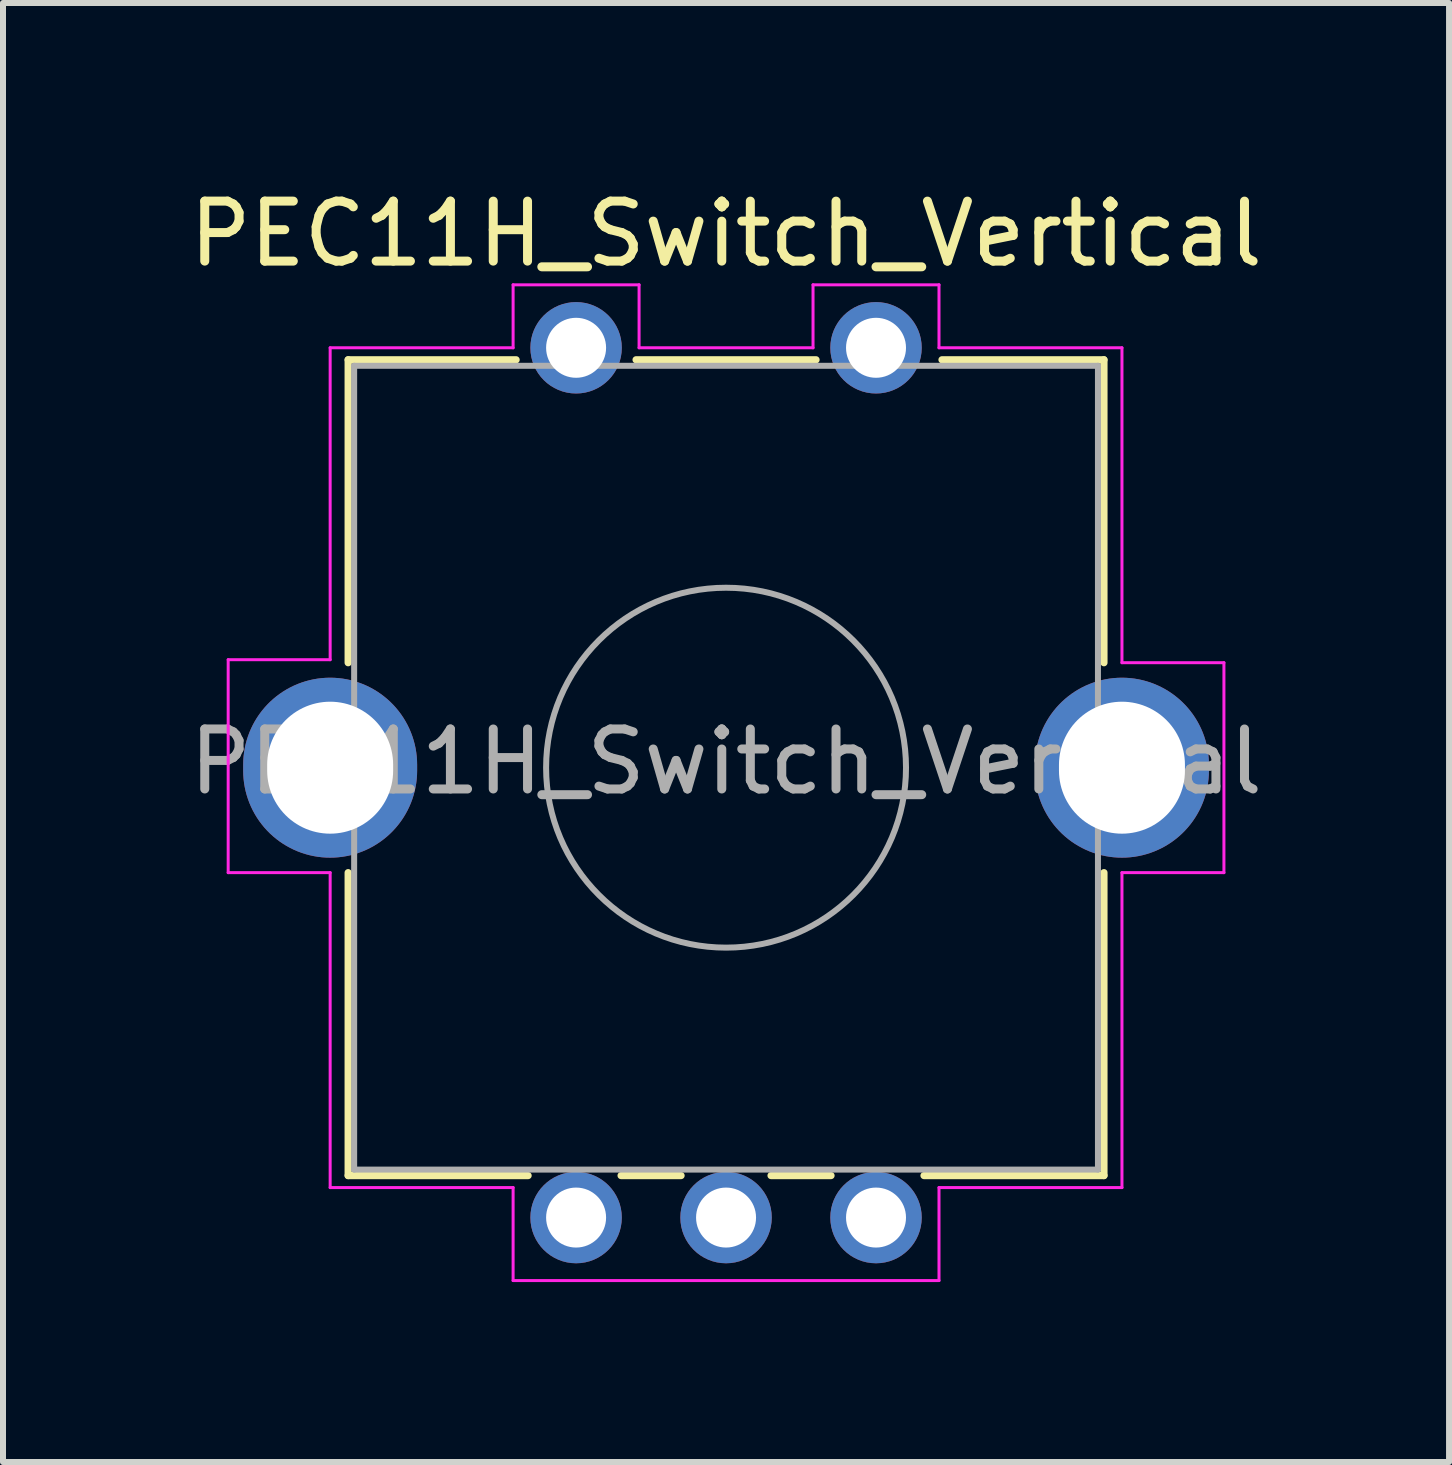
<source format=kicad_pcb>
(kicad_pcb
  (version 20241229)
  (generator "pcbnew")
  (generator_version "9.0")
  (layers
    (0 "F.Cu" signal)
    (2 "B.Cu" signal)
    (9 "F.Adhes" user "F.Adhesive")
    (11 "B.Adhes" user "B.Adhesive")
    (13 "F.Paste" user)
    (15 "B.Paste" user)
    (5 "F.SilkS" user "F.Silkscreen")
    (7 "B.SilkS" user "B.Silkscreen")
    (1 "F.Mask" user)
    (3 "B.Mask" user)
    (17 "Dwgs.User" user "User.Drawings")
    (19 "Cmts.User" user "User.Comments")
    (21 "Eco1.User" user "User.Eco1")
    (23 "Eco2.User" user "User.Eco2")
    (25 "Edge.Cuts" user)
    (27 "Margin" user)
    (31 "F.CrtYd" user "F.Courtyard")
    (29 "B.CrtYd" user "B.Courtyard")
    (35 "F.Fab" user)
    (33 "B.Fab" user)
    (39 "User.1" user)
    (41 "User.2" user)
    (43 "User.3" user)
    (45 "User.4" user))
  (footprint "PEC11H_Switch_Vertical"
    (layer "F.Cu")
    (at 9.054 9.748)
    (property "Reference" "PEC11H_Switch_Vertical" (at 0 -8.9 180) (layer "F.SilkS") (effects (font (size 1 1) (thickness 0.15))))
    (attr through_hole)
    (fp_line (start -6.3 -6.8) (end -3.5 -6.8) (stroke (width 0.12) (type solid)) (layer "F.SilkS"))
    (fp_line (start -6.3 -1.75) (end -6.3 -6.8) (stroke (width 0.12) (type solid)) (layer "F.SilkS"))
    (fp_line (start -6.3 6.8) (end -6.3 1.75) (stroke (width 0.12) (type solid)) (layer "F.SilkS"))
    (fp_line (start -3.3 6.8) (end -6.3 6.8) (stroke (width 0.12) (type solid)) (layer "F.SilkS"))
    (fp_line (start -1.75 6.8) (end -0.75 6.8) (stroke (width 0.12) (type solid)) (layer "F.SilkS"))
    (fp_line (start -1.5 -6.8) (end 1.5 -6.8) (stroke (width 0.12) (type solid)) (layer "F.SilkS"))
    (fp_line (start 0.75 6.8) (end 1.75 6.8) (stroke (width 0.12) (type solid)) (layer "F.SilkS"))
    (fp_line (start 3.3 6.8) (end 6.3 6.8) (stroke (width 0.12) (type solid)) (layer "F.SilkS"))
    (fp_line (start 3.6 -6.8) (end 6.3 -6.8) (stroke (width 0.12) (type solid)) (layer "F.SilkS"))
    (fp_line (start 6.3 -6.8) (end 6.3 -1.75) (stroke (width 0.12) (type solid)) (layer "F.SilkS"))
    (fp_line (start 6.3 1.75) (end 6.3 6.8) (stroke (width 0.12) (type solid)) (layer "F.SilkS"))
    (fp_line (start -8.3 -1.8) (end -6.6 -1.8) (stroke (width 0.05) (type solid)) (layer "F.CrtYd"))
    (fp_line (start -8.3 1.75) (end -8.3 -1.8) (stroke (width 0.05) (type solid)) (layer "F.CrtYd"))
    (fp_line (start -6.6 -7) (end -3.55 -7) (stroke (width 0.05) (type solid)) (layer "F.CrtYd"))
    (fp_line (start -6.6 -1.8) (end -6.6 -7) (stroke (width 0.05) (type solid)) (layer "F.CrtYd"))
    (fp_line (start -6.6 1.75) (end -8.3 1.75) (stroke (width 0.05) (type solid)) (layer "F.CrtYd"))
    (fp_line (start -6.6 7) (end -6.6 1.75) (stroke (width 0.05) (type solid)) (layer "F.CrtYd"))
    (fp_line (start -3.55 -8.05) (end -1.45 -8.05) (stroke (width 0.05) (type solid)) (layer "F.CrtYd"))
    (fp_line (start -3.55 -7) (end -3.55 -8.05) (stroke (width 0.05) (type solid)) (layer "F.CrtYd"))
    (fp_line (start -3.55 7) (end -6.6 7) (stroke (width 0.05) (type solid)) (layer "F.CrtYd"))
    (fp_line (start -3.55 8.55) (end -3.55 7) (stroke (width 0.05) (type solid)) (layer "F.CrtYd"))
    (fp_line (start -1.45 -8.05) (end -1.45 -7) (stroke (width 0.05) (type solid)) (layer "F.CrtYd"))
    (fp_line (start -1.45 -7) (end 1.45 -7) (stroke (width 0.05) (type solid)) (layer "F.CrtYd"))
    (fp_line (start 1.45 -8.05) (end 3.55 -8.05) (stroke (width 0.05) (type solid)) (layer "F.CrtYd"))
    (fp_line (start 1.45 -7) (end 1.45 -8.05) (stroke (width 0.05) (type solid)) (layer "F.CrtYd"))
    (fp_line (start 3.55 -8.05) (end 3.55 -7) (stroke (width 0.05) (type solid)) (layer "F.CrtYd"))
    (fp_line (start 3.55 -7) (end 6.6 -7) (stroke (width 0.05) (type solid)) (layer "F.CrtYd"))
    (fp_line (start 3.55 7) (end 3.55 8.55) (stroke (width 0.05) (type solid)) (layer "F.CrtYd"))
    (fp_line (start 3.55 8.55) (end -3.55 8.55) (stroke (width 0.05) (type solid)) (layer "F.CrtYd"))
    (fp_line (start 6.6 -7) (end 6.6 -1.75) (stroke (width 0.05) (type solid)) (layer "F.CrtYd"))
    (fp_line (start 6.6 -1.75) (end 8.3 -1.75) (stroke (width 0.05) (type solid)) (layer "F.CrtYd"))
    (fp_line (start 6.6 1.75) (end 6.6 7) (stroke (width 0.05) (type solid)) (layer "F.CrtYd"))
    (fp_line (start 6.6 7) (end 3.55 7) (stroke (width 0.05) (type solid)) (layer "F.CrtYd"))
    (fp_line (start 8.3 -1.75) (end 8.3 1.75) (stroke (width 0.05) (type solid)) (layer "F.CrtYd"))
    (fp_line (start 8.3 1.75) (end 6.6 1.75) (stroke (width 0.05) (type solid)) (layer "F.CrtYd"))
    (fp_line (start -6.2 -6.7) (end -6.2 6.7) (stroke (width 0.1) (type solid)) (layer "F.Fab"))
    (fp_line (start -6.2 6.7) (end 6.2 6.7) (stroke (width 0.1) (type solid)) (layer "F.Fab"))
    (fp_line (start 6.2 -6.7) (end -6.2 -6.7) (stroke (width 0.1) (type solid)) (layer "F.Fab"))
    (fp_line (start 6.2 6.7) (end 6.2 -6.7) (stroke (width 0.1) (type solid)) (layer "F.Fab"))
    (fp_circle (center 0 0) (end 0 -3) (stroke (width 0.1) (type solid)) (fill no) (layer "F.Fab"))
    (fp_text user "${REFERENCE}" (at 0 -0.1 180) (layer "F.Fab") (effects (font (size 1 1) (thickness 0.15))))
    (pad "A" thru_hole circle (at -2.5 7.5) (size 1.524 1.524) (drill 1) (layers "*.Cu" "*.Mask"))
    (pad "B" thru_hole circle (at 2.5 7.5) (size 1.524 1.524) (drill 1) (layers "*.Cu" "*.Mask"))
    (pad "C" thru_hole circle (at 0 7.5) (size 1.524 1.524) (drill 1) (layers "*.Cu" "*.Mask"))
    (pad "S1" thru_hole circle (at -2.5 -7) (size 1.524 1.524) (drill 1) (layers "*.Cu" "*.Mask"))
    (pad "S2" thru_hole circle (at 2.5 -7) (size 1.524 1.524) (drill 1) (layers "*.Cu" "*.Mask"))
    (pad "SH" thru_hole oval (at -6.6 0) (size 2.9 3) (drill oval 2.1 2.2) (layers "*.Cu" "*.Mask"))
    (pad "SH" thru_hole oval (at 6.6 0) (size 2.9 3) (drill oval 2.1 2.2) (layers "*.Cu" "*.Mask")))
  (gr_rect
    (start -3 -3)
    (end 21.107 21.323)
    (stroke (width 0.1) (type default))
    (fill no)
    (layer "Edge.Cuts")))
</source>
